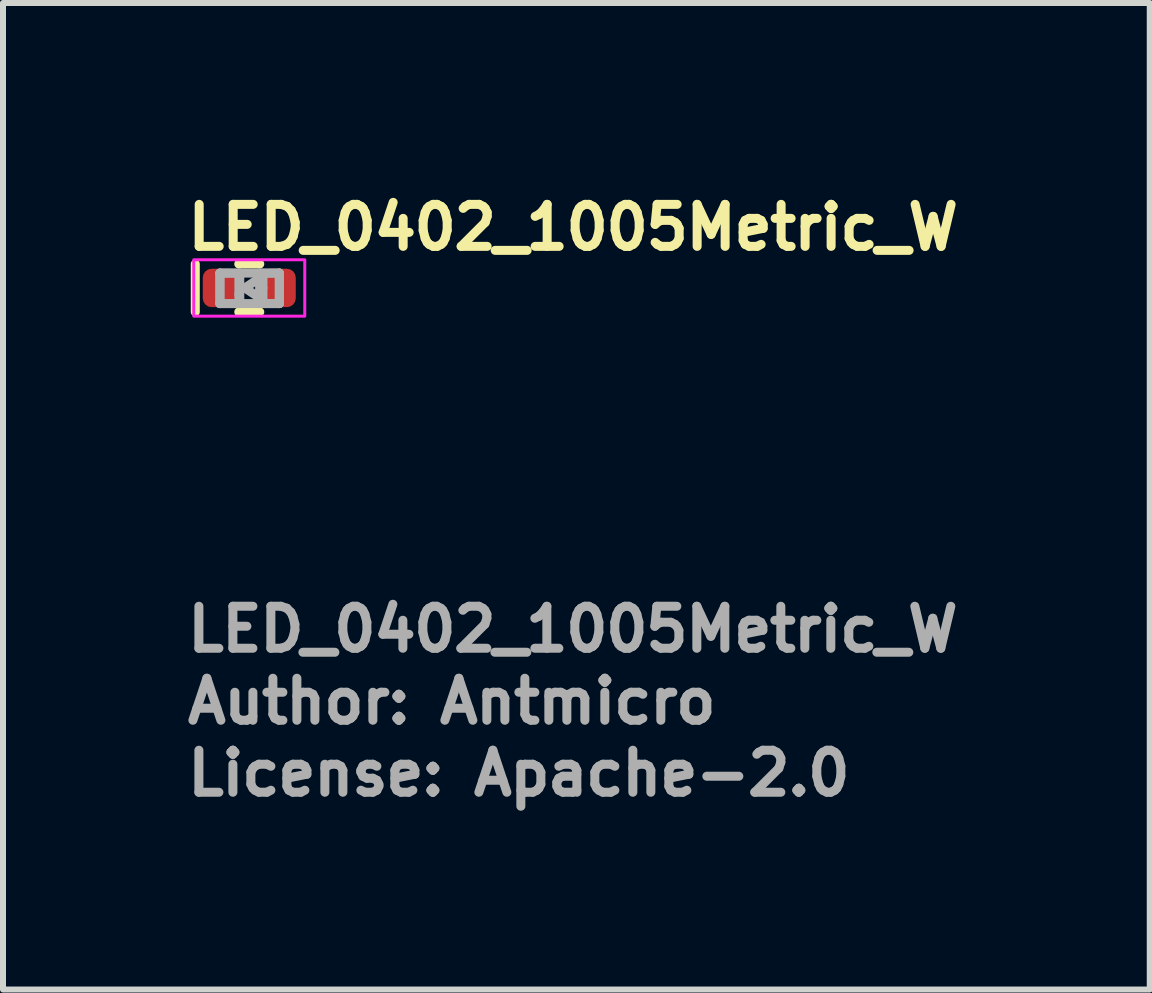
<source format=kicad_pcb>
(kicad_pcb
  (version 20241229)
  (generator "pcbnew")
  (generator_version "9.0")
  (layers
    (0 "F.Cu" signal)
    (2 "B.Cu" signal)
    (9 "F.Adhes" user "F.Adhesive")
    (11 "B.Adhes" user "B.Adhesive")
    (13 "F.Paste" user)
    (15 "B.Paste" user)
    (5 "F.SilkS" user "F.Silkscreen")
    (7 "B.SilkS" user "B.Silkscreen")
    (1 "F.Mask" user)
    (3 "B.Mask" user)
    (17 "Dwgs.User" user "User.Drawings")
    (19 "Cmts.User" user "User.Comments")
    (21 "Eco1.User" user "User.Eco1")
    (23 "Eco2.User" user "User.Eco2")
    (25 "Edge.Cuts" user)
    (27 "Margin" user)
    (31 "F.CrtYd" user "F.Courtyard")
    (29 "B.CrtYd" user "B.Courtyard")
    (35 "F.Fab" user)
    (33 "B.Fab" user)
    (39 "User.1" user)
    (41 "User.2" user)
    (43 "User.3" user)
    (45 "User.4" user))
  (footprint "LED_0402_1005Metric_W"
    (layer "F.Cu")
    (at 1.105 1.75)
    (property "Reference" "LED_0402_1005Metric_W" (at -1.1 -0.6 0) (unlocked yes) (layer "F.SilkS") (effects (font (size 0.7 0.7) (thickness 0.15)) (justify left bottom)))
    (attr smd)
    (fp_line (start -0.9 0.4) (end -0.9 -0.4) (stroke (width 0.15) (type solid)) (layer "F.SilkS"))
    (fp_line (start 0.175 -0.4) (end -0.175 -0.4) (stroke (width 0.15) (type solid)) (layer "F.SilkS"))
    (fp_line (start 0.175 0.4) (end -0.175 0.4) (stroke (width 0.15) (type solid)) (layer "F.SilkS"))
    (fp_rect (start 0.925 0.47) (end -0.925 -0.47) (stroke (width 0.05) (type default)) (fill no) (layer "F.CrtYd"))
    (fp_line (start -0.489 -0.248) (end -0.489 0.26) (stroke (width 0.15) (type solid)) (layer "F.Fab"))
    (fp_line (start -0.489 -0.248) (end -0.489 0.26) (stroke (width 0.15) (type solid)) (layer "F.Fab"))
    (fp_line (start -0.489 0.26) (end -0.158 0.26) (stroke (width 0.15) (type solid)) (layer "F.Fab"))
    (fp_line (start -0.489 0.26) (end 0.501 0.26) (stroke (width 0.15) (type solid)) (layer "F.Fab"))
    (fp_line (start -0.173 -0.202) (end -0.173 0.102) (stroke (width 0.15) (type solid)) (layer "F.Fab"))
    (fp_line (start -0.173 0.202) (end -0.173 0.102) (stroke (width 0.15) (type solid)) (layer "F.Fab"))
    (fp_line (start -0.158 -0.248) (end -0.489 -0.248) (stroke (width 0.15) (type solid)) (layer "F.Fab"))
    (fp_line (start -0.158 0.26) (end -0.158 -0.248) (stroke (width 0.15) (type solid)) (layer "F.Fab"))
    (fp_line (start -0.074 0) (end 0.228 0.202) (stroke (width 0.15) (type solid)) (layer "F.Fab"))
    (fp_line (start 0.172 -0.248) (end 0.172 0.26) (stroke (width 0.15) (type solid)) (layer "F.Fab"))
    (fp_line (start 0.172 0.26) (end 0.501 0.26) (stroke (width 0.15) (type solid)) (layer "F.Fab"))
    (fp_line (start 0.228 -0.202) (end -0.074 0) (stroke (width 0.15) (type solid)) (layer "F.Fab"))
    (fp_line (start 0.228 0) (end 0.228 -0.202) (stroke (width 0.15) (type solid)) (layer "F.Fab"))
    (fp_line (start 0.228 0.202) (end 0.228 0) (stroke (width 0.15) (type solid)) (layer "F.Fab"))
    (fp_line (start 0.501 -0.248) (end -0.489 -0.248) (stroke (width 0.15) (type solid)) (layer "F.Fab"))
    (fp_line (start 0.501 -0.248) (end 0.172 -0.248) (stroke (width 0.15) (type solid)) (layer "F.Fab"))
    (fp_line (start 0.501 0.26) (end 0.501 -0.248) (stroke (width 0.15) (type solid)) (layer "F.Fab"))
    (fp_line (start 0.501 0.26) (end 0.501 -0.248) (stroke (width 0.15) (type solid)) (layer "F.Fab"))
    (fp_rect (start 0.5 0.25) (end -0.498 -0.248) (stroke (width 0.1) (type solid)) (fill no) (layer "User.5"))
    (fp_line (start -0.498 -0.248) (end -0.498 0.25) (stroke (width 0.02) (type solid)) (layer "User.9"))
    (fp_line (start -0.498 0.25) (end 0.5 0.25) (stroke (width 0.02) (type solid)) (layer "User.9"))
    (fp_line (start 0.5 -0.248) (end -0.498 -0.248) (stroke (width 0.02) (type solid)) (layer "User.9"))
    (fp_line (start 0.5 0.25) (end 0.5 -0.248) (stroke (width 0.02) (type solid)) (layer "User.9"))
    (fp_text user "Author: Antmicro" (at -1.105 7.299 0) (layer "F.Fab") (effects (font (size 0.7 0.7) (thickness 0.15)) (justify left bottom)))
    (fp_text user "License: Apache-2.0" (at -1.105 8.499 0) (layer "F.Fab") (effects (font (size 0.7 0.7) (thickness 0.15)) (justify left bottom)))
    (fp_text user "${REFERENCE}" (at -1.105 6.099 0) (unlocked yes) (layer "F.Fab") (effects (font (size 0.7 0.7) (thickness 0.15)) (justify left bottom)))
    (pad "1" smd roundrect (at -0.48 0 180) (size 0.59 0.64) (layers "F.Cu" "F.Mask" "F.Paste") (roundrect_rratio 0.25))
    (pad "2" smd roundrect (at 0.48 0 180) (size 0.59 0.64) (layers "F.Cu" "F.Mask" "F.Paste") (roundrect_rratio 0.25)))
  (gr_rect
    (start -3 -3)
    (end 16.115 13.444)
    (stroke (width 0.1) (type default))
    (fill no)
    (layer "Edge.Cuts")))
</source>
